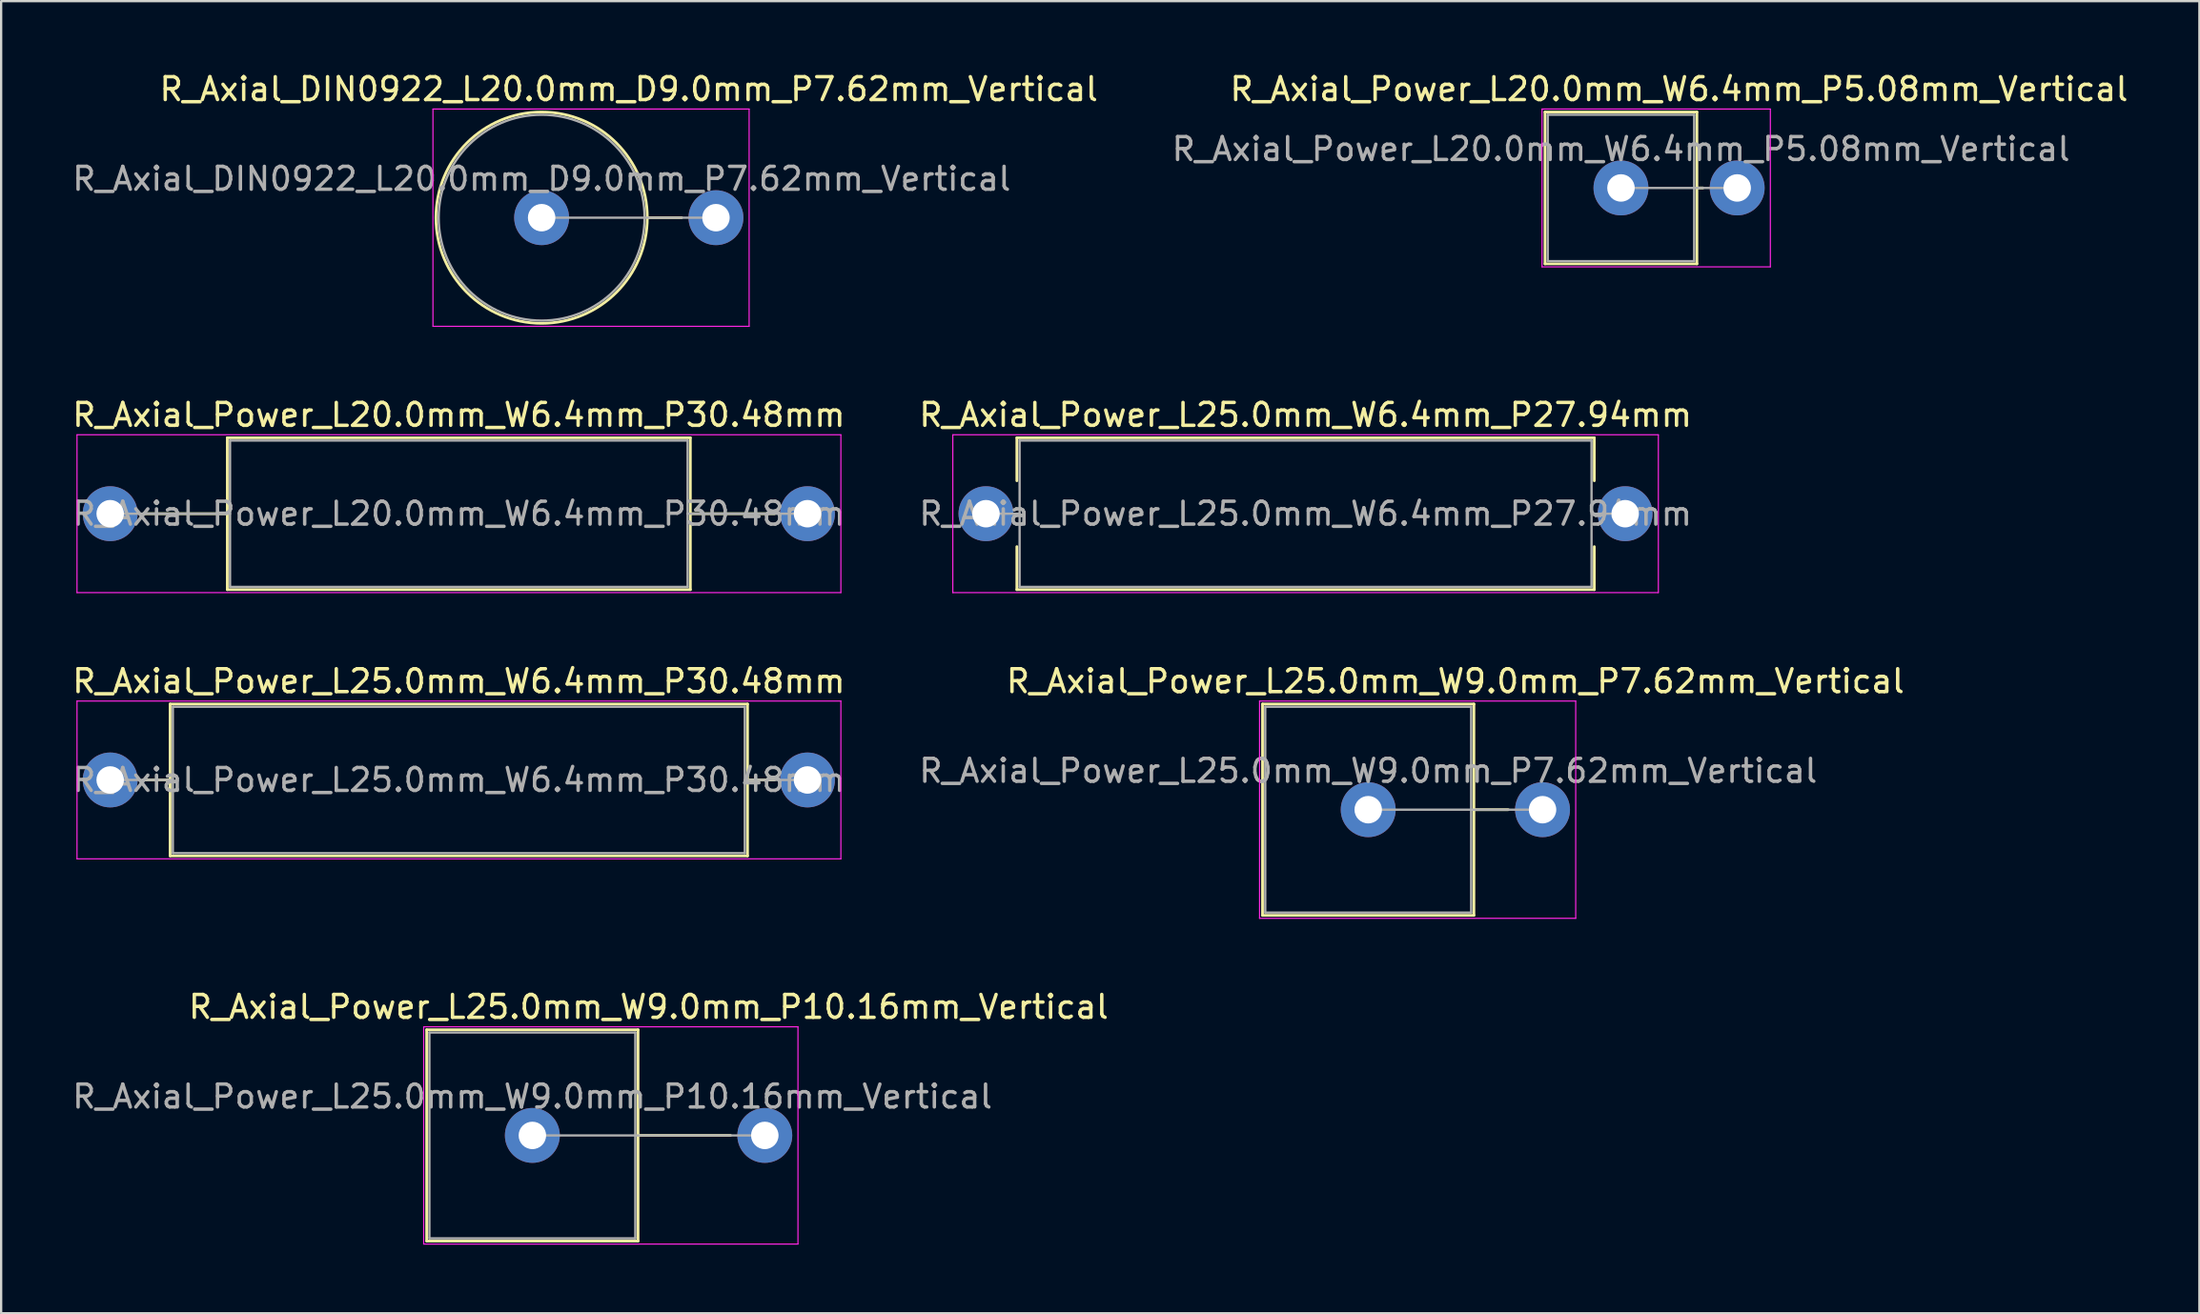
<source format=kicad_pcb>
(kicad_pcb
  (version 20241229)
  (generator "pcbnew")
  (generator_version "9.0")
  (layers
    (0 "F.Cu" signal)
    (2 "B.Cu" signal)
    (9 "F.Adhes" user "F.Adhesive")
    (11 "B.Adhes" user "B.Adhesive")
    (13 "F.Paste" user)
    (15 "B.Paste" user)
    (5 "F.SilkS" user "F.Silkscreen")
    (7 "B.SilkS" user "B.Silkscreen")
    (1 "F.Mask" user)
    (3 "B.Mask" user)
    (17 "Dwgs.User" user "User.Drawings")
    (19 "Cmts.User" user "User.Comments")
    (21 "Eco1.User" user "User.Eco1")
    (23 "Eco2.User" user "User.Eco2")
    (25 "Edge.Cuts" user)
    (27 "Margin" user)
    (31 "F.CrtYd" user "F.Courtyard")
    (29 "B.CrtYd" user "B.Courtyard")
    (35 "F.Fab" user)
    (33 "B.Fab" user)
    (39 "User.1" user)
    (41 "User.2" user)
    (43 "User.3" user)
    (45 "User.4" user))
  (footprint "R_Axial_Power_L20.0mm_W6.4mm_P5.08mm_Vertical"
    (layer "F.Cu")
    (at 67.804 5.168)
    (property "Reference" "R_Axial_Power_L20.0mm_W6.4mm_P5.08mm_Vertical" (at 2.54 -4.32 0) (layer "F.SilkS") (effects (font (size 1 1) (thickness 0.15))))
    (attr through_hole)
    (fp_line (start -3.32 -3.32) (end -3.32 3.32) (stroke (width 0.12) (type solid)) (layer "F.SilkS"))
    (fp_line (start -3.32 3.32) (end 3.32 3.32) (stroke (width 0.12) (type solid)) (layer "F.SilkS"))
    (fp_line (start 3.32 -3.32) (end -3.32 -3.32) (stroke (width 0.12) (type solid)) (layer "F.SilkS"))
    (fp_line (start 3.32 0) (end 3.58 0) (stroke (width 0.12) (type solid)) (layer "F.SilkS"))
    (fp_line (start 3.32 3.32) (end 3.32 -3.32) (stroke (width 0.12) (type solid)) (layer "F.SilkS"))
    (fp_line (start -3.45 -3.45) (end -3.45 3.45) (stroke (width 0.05) (type solid)) (layer "F.CrtYd"))
    (fp_line (start -3.45 3.45) (end 6.53 3.45) (stroke (width 0.05) (type solid)) (layer "F.CrtYd"))
    (fp_line (start 6.53 -3.45) (end -3.45 -3.45) (stroke (width 0.05) (type solid)) (layer "F.CrtYd"))
    (fp_line (start 6.53 3.45) (end 6.53 -3.45) (stroke (width 0.05) (type solid)) (layer "F.CrtYd"))
    (fp_line (start -3.2 -3.2) (end -3.2 3.2) (stroke (width 0.1) (type solid)) (layer "F.Fab"))
    (fp_line (start -3.2 3.2) (end 3.2 3.2) (stroke (width 0.1) (type solid)) (layer "F.Fab"))
    (fp_line (start 0 0) (end 5.08 0) (stroke (width 0.1) (type solid)) (layer "F.Fab"))
    (fp_line (start 3.2 -3.2) (end -3.2 -3.2) (stroke (width 0.1) (type solid)) (layer "F.Fab"))
    (fp_line (start 3.2 3.2) (end 3.2 -3.2) (stroke (width 0.1) (type solid)) (layer "F.Fab"))
    (fp_text user "${REFERENCE}" (at 0 -1.7 0) (layer "F.Fab") (effects (font (size 1 1) (thickness 0.15))))
    (pad "1" thru_hole circle (at 0 0) (size 2.4 2.4) (drill 1.2) (layers "*.Cu" "*.Mask"))
    (pad "2" thru_hole oval (at 5.08 0) (size 2.4 2.4) (drill 1.2) (layers "*.Cu" "*.Mask")))
  (footprint "R_Axial_Power_L20.0mm_W6.4mm_P30.48mm"
    (layer "F.Cu")
    (at 1.766 19.412)
    (property "Reference" "R_Axial_Power_L20.0mm_W6.4mm_P30.48mm" (at 15.24 -4.32 0) (layer "F.SilkS") (effects (font (size 1 1) (thickness 0.15))))
    (attr through_hole)
    (fp_line (start 1.44 0) (end 5.12 0) (stroke (width 0.12) (type solid)) (layer "F.SilkS"))
    (fp_line (start 5.12 -3.32) (end 5.12 3.32) (stroke (width 0.12) (type solid)) (layer "F.SilkS"))
    (fp_line (start 5.12 3.32) (end 25.36 3.32) (stroke (width 0.12) (type solid)) (layer "F.SilkS"))
    (fp_line (start 25.36 -3.32) (end 5.12 -3.32) (stroke (width 0.12) (type solid)) (layer "F.SilkS"))
    (fp_line (start 25.36 3.32) (end 25.36 -3.32) (stroke (width 0.12) (type solid)) (layer "F.SilkS"))
    (fp_line (start 29.04 0) (end 25.36 0) (stroke (width 0.12) (type solid)) (layer "F.SilkS"))
    (fp_line (start -1.45 -3.45) (end -1.45 3.45) (stroke (width 0.05) (type solid)) (layer "F.CrtYd"))
    (fp_line (start -1.45 3.45) (end 31.94 3.45) (stroke (width 0.05) (type solid)) (layer "F.CrtYd"))
    (fp_line (start 31.94 -3.45) (end -1.45 -3.45) (stroke (width 0.05) (type solid)) (layer "F.CrtYd"))
    (fp_line (start 31.94 3.45) (end 31.94 -3.45) (stroke (width 0.05) (type solid)) (layer "F.CrtYd"))
    (fp_line (start 0 0) (end 5.24 0) (stroke (width 0.1) (type solid)) (layer "F.Fab"))
    (fp_line (start 5.24 -3.2) (end 5.24 3.2) (stroke (width 0.1) (type solid)) (layer "F.Fab"))
    (fp_line (start 5.24 3.2) (end 25.24 3.2) (stroke (width 0.1) (type solid)) (layer "F.Fab"))
    (fp_line (start 25.24 -3.2) (end 5.24 -3.2) (stroke (width 0.1) (type solid)) (layer "F.Fab"))
    (fp_line (start 25.24 3.2) (end 25.24 -3.2) (stroke (width 0.1) (type solid)) (layer "F.Fab"))
    (fp_line (start 30.48 0) (end 25.24 0) (stroke (width 0.1) (type solid)) (layer "F.Fab"))
    (fp_text user "${REFERENCE}" (at 15.24 0 0) (layer "F.Fab") (effects (font (size 1 1) (thickness 0.15))))
    (pad "1" thru_hole circle (at 0 0) (size 2.4 2.4) (drill 1.2) (layers "*.Cu" "*.Mask"))
    (pad "2" thru_hole oval (at 30.48 0) (size 2.4 2.4) (drill 1.2) (layers "*.Cu" "*.Mask")))
  (footprint "R_Axial_Power_L25.0mm_W6.4mm_P30.48mm"
    (layer "F.Cu")
    (at 1.766 31.055)
    (property "Reference" "R_Axial_Power_L25.0mm_W6.4mm_P30.48mm" (at 15.24 -4.32 0) (layer "F.SilkS") (effects (font (size 1 1) (thickness 0.15))))
    (attr through_hole)
    (fp_line (start 1.44 0) (end 2.62 0) (stroke (width 0.12) (type solid)) (layer "F.SilkS"))
    (fp_line (start 2.62 -3.32) (end 2.62 3.32) (stroke (width 0.12) (type solid)) (layer "F.SilkS"))
    (fp_line (start 2.62 3.32) (end 27.86 3.32) (stroke (width 0.12) (type solid)) (layer "F.SilkS"))
    (fp_line (start 27.86 -3.32) (end 2.62 -3.32) (stroke (width 0.12) (type solid)) (layer "F.SilkS"))
    (fp_line (start 27.86 3.32) (end 27.86 -3.32) (stroke (width 0.12) (type solid)) (layer "F.SilkS"))
    (fp_line (start 29.04 0) (end 27.86 0) (stroke (width 0.12) (type solid)) (layer "F.SilkS"))
    (fp_line (start -1.45 -3.45) (end -1.45 3.45) (stroke (width 0.05) (type solid)) (layer "F.CrtYd"))
    (fp_line (start -1.45 3.45) (end 31.94 3.45) (stroke (width 0.05) (type solid)) (layer "F.CrtYd"))
    (fp_line (start 31.94 -3.45) (end -1.45 -3.45) (stroke (width 0.05) (type solid)) (layer "F.CrtYd"))
    (fp_line (start 31.94 3.45) (end 31.94 -3.45) (stroke (width 0.05) (type solid)) (layer "F.CrtYd"))
    (fp_line (start 0 0) (end 2.74 0) (stroke (width 0.1) (type solid)) (layer "F.Fab"))
    (fp_line (start 2.74 -3.2) (end 2.74 3.2) (stroke (width 0.1) (type solid)) (layer "F.Fab"))
    (fp_line (start 2.74 3.2) (end 27.74 3.2) (stroke (width 0.1) (type solid)) (layer "F.Fab"))
    (fp_line (start 27.74 -3.2) (end 2.74 -3.2) (stroke (width 0.1) (type solid)) (layer "F.Fab"))
    (fp_line (start 27.74 3.2) (end 27.74 -3.2) (stroke (width 0.1) (type solid)) (layer "F.Fab"))
    (fp_line (start 30.48 0) (end 27.74 0) (stroke (width 0.1) (type solid)) (layer "F.Fab"))
    (fp_text user "${REFERENCE}" (at 15.24 0 0) (layer "F.Fab") (effects (font (size 1 1) (thickness 0.15))))
    (pad "1" thru_hole circle (at 0 0) (size 2.4 2.4) (drill 1.2) (layers "*.Cu" "*.Mask"))
    (pad "2" thru_hole oval (at 30.48 0) (size 2.4 2.4) (drill 1.2) (layers "*.Cu" "*.Mask")))
  (footprint "R_Axial_DIN0922_L20.0mm_D9.0mm_P7.62mm_Vertical"
    (layer "F.Cu")
    (at 20.625 6.468)
    (property "Reference" "R_Axial_DIN0922_L20.0mm_D9.0mm_P7.62mm_Vertical" (at 3.81 -5.62 0) (layer "F.SilkS") (effects (font (size 1 1) (thickness 0.15))))
    (attr through_hole)
    (fp_line (start 4.62 0) (end 6.12 0) (stroke (width 0.12) (type solid)) (layer "F.SilkS"))
    (fp_circle (center 0 0) (end 4.62 0) (stroke (width 0.12) (type solid)) (fill no) (layer "F.SilkS"))
    (fp_line (start -4.75 -4.75) (end -4.75 4.75) (stroke (width 0.05) (type solid)) (layer "F.CrtYd"))
    (fp_line (start -4.75 4.75) (end 9.07 4.75) (stroke (width 0.05) (type solid)) (layer "F.CrtYd"))
    (fp_line (start 9.07 -4.75) (end -4.75 -4.75) (stroke (width 0.05) (type solid)) (layer "F.CrtYd"))
    (fp_line (start 9.07 4.75) (end 9.07 -4.75) (stroke (width 0.05) (type solid)) (layer "F.CrtYd"))
    (fp_line (start 0 0) (end 7.62 0) (stroke (width 0.1) (type solid)) (layer "F.Fab"))
    (fp_circle (center 0 0) (end 4.5 0) (stroke (width 0.1) (type solid)) (fill no) (layer "F.Fab"))
    (fp_text user "${REFERENCE}" (at 0 -1.7 0) (layer "F.Fab") (effects (font (size 1 1) (thickness 0.15))))
    (pad "1" thru_hole circle (at 0 0) (size 2.4 2.4) (drill 1.2) (layers "*.Cu" "*.Mask"))
    (pad "2" thru_hole oval (at 7.62 0) (size 2.4 2.4) (drill 1.2) (layers "*.Cu" "*.Mask")))
  (footprint "R_Axial_Power_L25.0mm_W9.0mm_P7.62mm_Vertical"
    (layer "F.Cu")
    (at 56.756 32.355)
    (property "Reference" "R_Axial_Power_L25.0mm_W9.0mm_P7.62mm_Vertical" (at 3.81 -5.62 0) (layer "F.SilkS") (effects (font (size 1 1) (thickness 0.15))))
    (attr through_hole)
    (fp_line (start -4.62 -4.62) (end -4.62 4.62) (stroke (width 0.12) (type solid)) (layer "F.SilkS"))
    (fp_line (start -4.62 4.62) (end 4.62 4.62) (stroke (width 0.12) (type solid)) (layer "F.SilkS"))
    (fp_line (start 4.62 -4.62) (end -4.62 -4.62) (stroke (width 0.12) (type solid)) (layer "F.SilkS"))
    (fp_line (start 4.62 0) (end 6.12 0) (stroke (width 0.12) (type solid)) (layer "F.SilkS"))
    (fp_line (start 4.62 4.62) (end 4.62 -4.62) (stroke (width 0.12) (type solid)) (layer "F.SilkS"))
    (fp_line (start -4.75 -4.75) (end -4.75 4.75) (stroke (width 0.05) (type solid)) (layer "F.CrtYd"))
    (fp_line (start -4.75 4.75) (end 9.07 4.75) (stroke (width 0.05) (type solid)) (layer "F.CrtYd"))
    (fp_line (start 9.07 -4.75) (end -4.75 -4.75) (stroke (width 0.05) (type solid)) (layer "F.CrtYd"))
    (fp_line (start 9.07 4.75) (end 9.07 -4.75) (stroke (width 0.05) (type solid)) (layer "F.CrtYd"))
    (fp_line (start -4.5 -4.5) (end -4.5 4.5) (stroke (width 0.1) (type solid)) (layer "F.Fab"))
    (fp_line (start -4.5 4.5) (end 4.5 4.5) (stroke (width 0.1) (type solid)) (layer "F.Fab"))
    (fp_line (start 0 0) (end 7.62 0) (stroke (width 0.1) (type solid)) (layer "F.Fab"))
    (fp_line (start 4.5 -4.5) (end -4.5 -4.5) (stroke (width 0.1) (type solid)) (layer "F.Fab"))
    (fp_line (start 4.5 4.5) (end 4.5 -4.5) (stroke (width 0.1) (type solid)) (layer "F.Fab"))
    (fp_text user "${REFERENCE}" (at 0 -1.7 0) (layer "F.Fab") (effects (font (size 1 1) (thickness 0.15))))
    (pad "1" thru_hole circle (at 0 0) (size 2.4 2.4) (drill 1.2) (layers "*.Cu" "*.Mask"))
    (pad "2" thru_hole oval (at 7.62 0) (size 2.4 2.4) (drill 1.2) (layers "*.Cu" "*.Mask")))
  (footprint "R_Axial_Power_L25.0mm_W9.0mm_P10.16mm_Vertical"
    (layer "F.Cu")
    (at 20.22 46.598)
    (property "Reference" "R_Axial_Power_L25.0mm_W9.0mm_P10.16mm_Vertical" (at 5.08 -5.62 0) (layer "F.SilkS") (effects (font (size 1 1) (thickness 0.15))))
    (attr through_hole)
    (fp_line (start -4.62 -4.62) (end -4.62 4.62) (stroke (width 0.12) (type solid)) (layer "F.SilkS"))
    (fp_line (start -4.62 4.62) (end 4.62 4.62) (stroke (width 0.12) (type solid)) (layer "F.SilkS"))
    (fp_line (start 4.62 -4.62) (end -4.62 -4.62) (stroke (width 0.12) (type solid)) (layer "F.SilkS"))
    (fp_line (start 4.62 0) (end 8.66 0) (stroke (width 0.12) (type solid)) (layer "F.SilkS"))
    (fp_line (start 4.62 4.62) (end 4.62 -4.62) (stroke (width 0.12) (type solid)) (layer "F.SilkS"))
    (fp_line (start -4.75 -4.75) (end -4.75 4.75) (stroke (width 0.05) (type solid)) (layer "F.CrtYd"))
    (fp_line (start -4.75 4.75) (end 11.61 4.75) (stroke (width 0.05) (type solid)) (layer "F.CrtYd"))
    (fp_line (start 11.61 -4.75) (end -4.75 -4.75) (stroke (width 0.05) (type solid)) (layer "F.CrtYd"))
    (fp_line (start 11.61 4.75) (end 11.61 -4.75) (stroke (width 0.05) (type solid)) (layer "F.CrtYd"))
    (fp_line (start -4.5 -4.5) (end -4.5 4.5) (stroke (width 0.1) (type solid)) (layer "F.Fab"))
    (fp_line (start -4.5 4.5) (end 4.5 4.5) (stroke (width 0.1) (type solid)) (layer "F.Fab"))
    (fp_line (start 0 0) (end 10.16 0) (stroke (width 0.1) (type solid)) (layer "F.Fab"))
    (fp_line (start 4.5 -4.5) (end -4.5 -4.5) (stroke (width 0.1) (type solid)) (layer "F.Fab"))
    (fp_line (start 4.5 4.5) (end 4.5 -4.5) (stroke (width 0.1) (type solid)) (layer "F.Fab"))
    (fp_text user "${REFERENCE}" (at 0 -1.7 0) (layer "F.Fab") (effects (font (size 1 1) (thickness 0.15))))
    (pad "1" thru_hole circle (at 0 0) (size 2.4 2.4) (drill 1.2) (layers "*.Cu" "*.Mask"))
    (pad "2" thru_hole oval (at 10.16 0) (size 2.4 2.4) (drill 1.2) (layers "*.Cu" "*.Mask")))
  (footprint "R_Axial_Power_L25.0mm_W6.4mm_P27.94mm"
    (layer "F.Cu")
    (at 40.048 19.412)
    (property "Reference" "R_Axial_Power_L25.0mm_W6.4mm_P27.94mm" (at 13.97 -4.32 0) (layer "F.SilkS") (effects (font (size 1 1) (thickness 0.15))))
    (attr through_hole)
    (fp_line (start 1.35 -3.32) (end 26.59 -3.32) (stroke (width 0.12) (type solid)) (layer "F.SilkS"))
    (fp_line (start 1.35 -1.44) (end 1.35 -3.32) (stroke (width 0.12) (type solid)) (layer "F.SilkS"))
    (fp_line (start 1.35 1.44) (end 1.35 3.32) (stroke (width 0.12) (type solid)) (layer "F.SilkS"))
    (fp_line (start 1.35 3.32) (end 26.59 3.32) (stroke (width 0.12) (type solid)) (layer "F.SilkS"))
    (fp_line (start 26.59 -3.32) (end 26.59 -1.44) (stroke (width 0.12) (type solid)) (layer "F.SilkS"))
    (fp_line (start 26.59 3.32) (end 26.59 1.44) (stroke (width 0.12) (type solid)) (layer "F.SilkS"))
    (fp_line (start -1.45 -3.45) (end -1.45 3.45) (stroke (width 0.05) (type solid)) (layer "F.CrtYd"))
    (fp_line (start -1.45 3.45) (end 29.39 3.45) (stroke (width 0.05) (type solid)) (layer "F.CrtYd"))
    (fp_line (start 29.39 -3.45) (end -1.45 -3.45) (stroke (width 0.05) (type solid)) (layer "F.CrtYd"))
    (fp_line (start 29.39 3.45) (end 29.39 -3.45) (stroke (width 0.05) (type solid)) (layer "F.CrtYd"))
    (fp_line (start 0 0) (end 1.47 0) (stroke (width 0.1) (type solid)) (layer "F.Fab"))
    (fp_line (start 1.47 -3.2) (end 1.47 3.2) (stroke (width 0.1) (type solid)) (layer "F.Fab"))
    (fp_line (start 1.47 3.2) (end 26.47 3.2) (stroke (width 0.1) (type solid)) (layer "F.Fab"))
    (fp_line (start 26.47 -3.2) (end 1.47 -3.2) (stroke (width 0.1) (type solid)) (layer "F.Fab"))
    (fp_line (start 26.47 3.2) (end 26.47 -3.2) (stroke (width 0.1) (type solid)) (layer "F.Fab"))
    (fp_line (start 27.94 0) (end 26.47 0) (stroke (width 0.1) (type solid)) (layer "F.Fab"))
    (fp_text user "${REFERENCE}" (at 13.97 0 0) (layer "F.Fab") (effects (font (size 1 1) (thickness 0.15))))
    (pad "1" thru_hole circle (at 0 0) (size 2.4 2.4) (drill 1.2) (layers "*.Cu" "*.Mask"))
    (pad "2" thru_hole oval (at 27.94 0) (size 2.4 2.4) (drill 1.2) (layers "*.Cu" "*.Mask")))
  (gr_rect
    (start -3 -3)
    (end 93.088 54.373)
    (stroke (width 0.1) (type default))
    (fill no)
    (layer "Edge.Cuts")))
</source>
